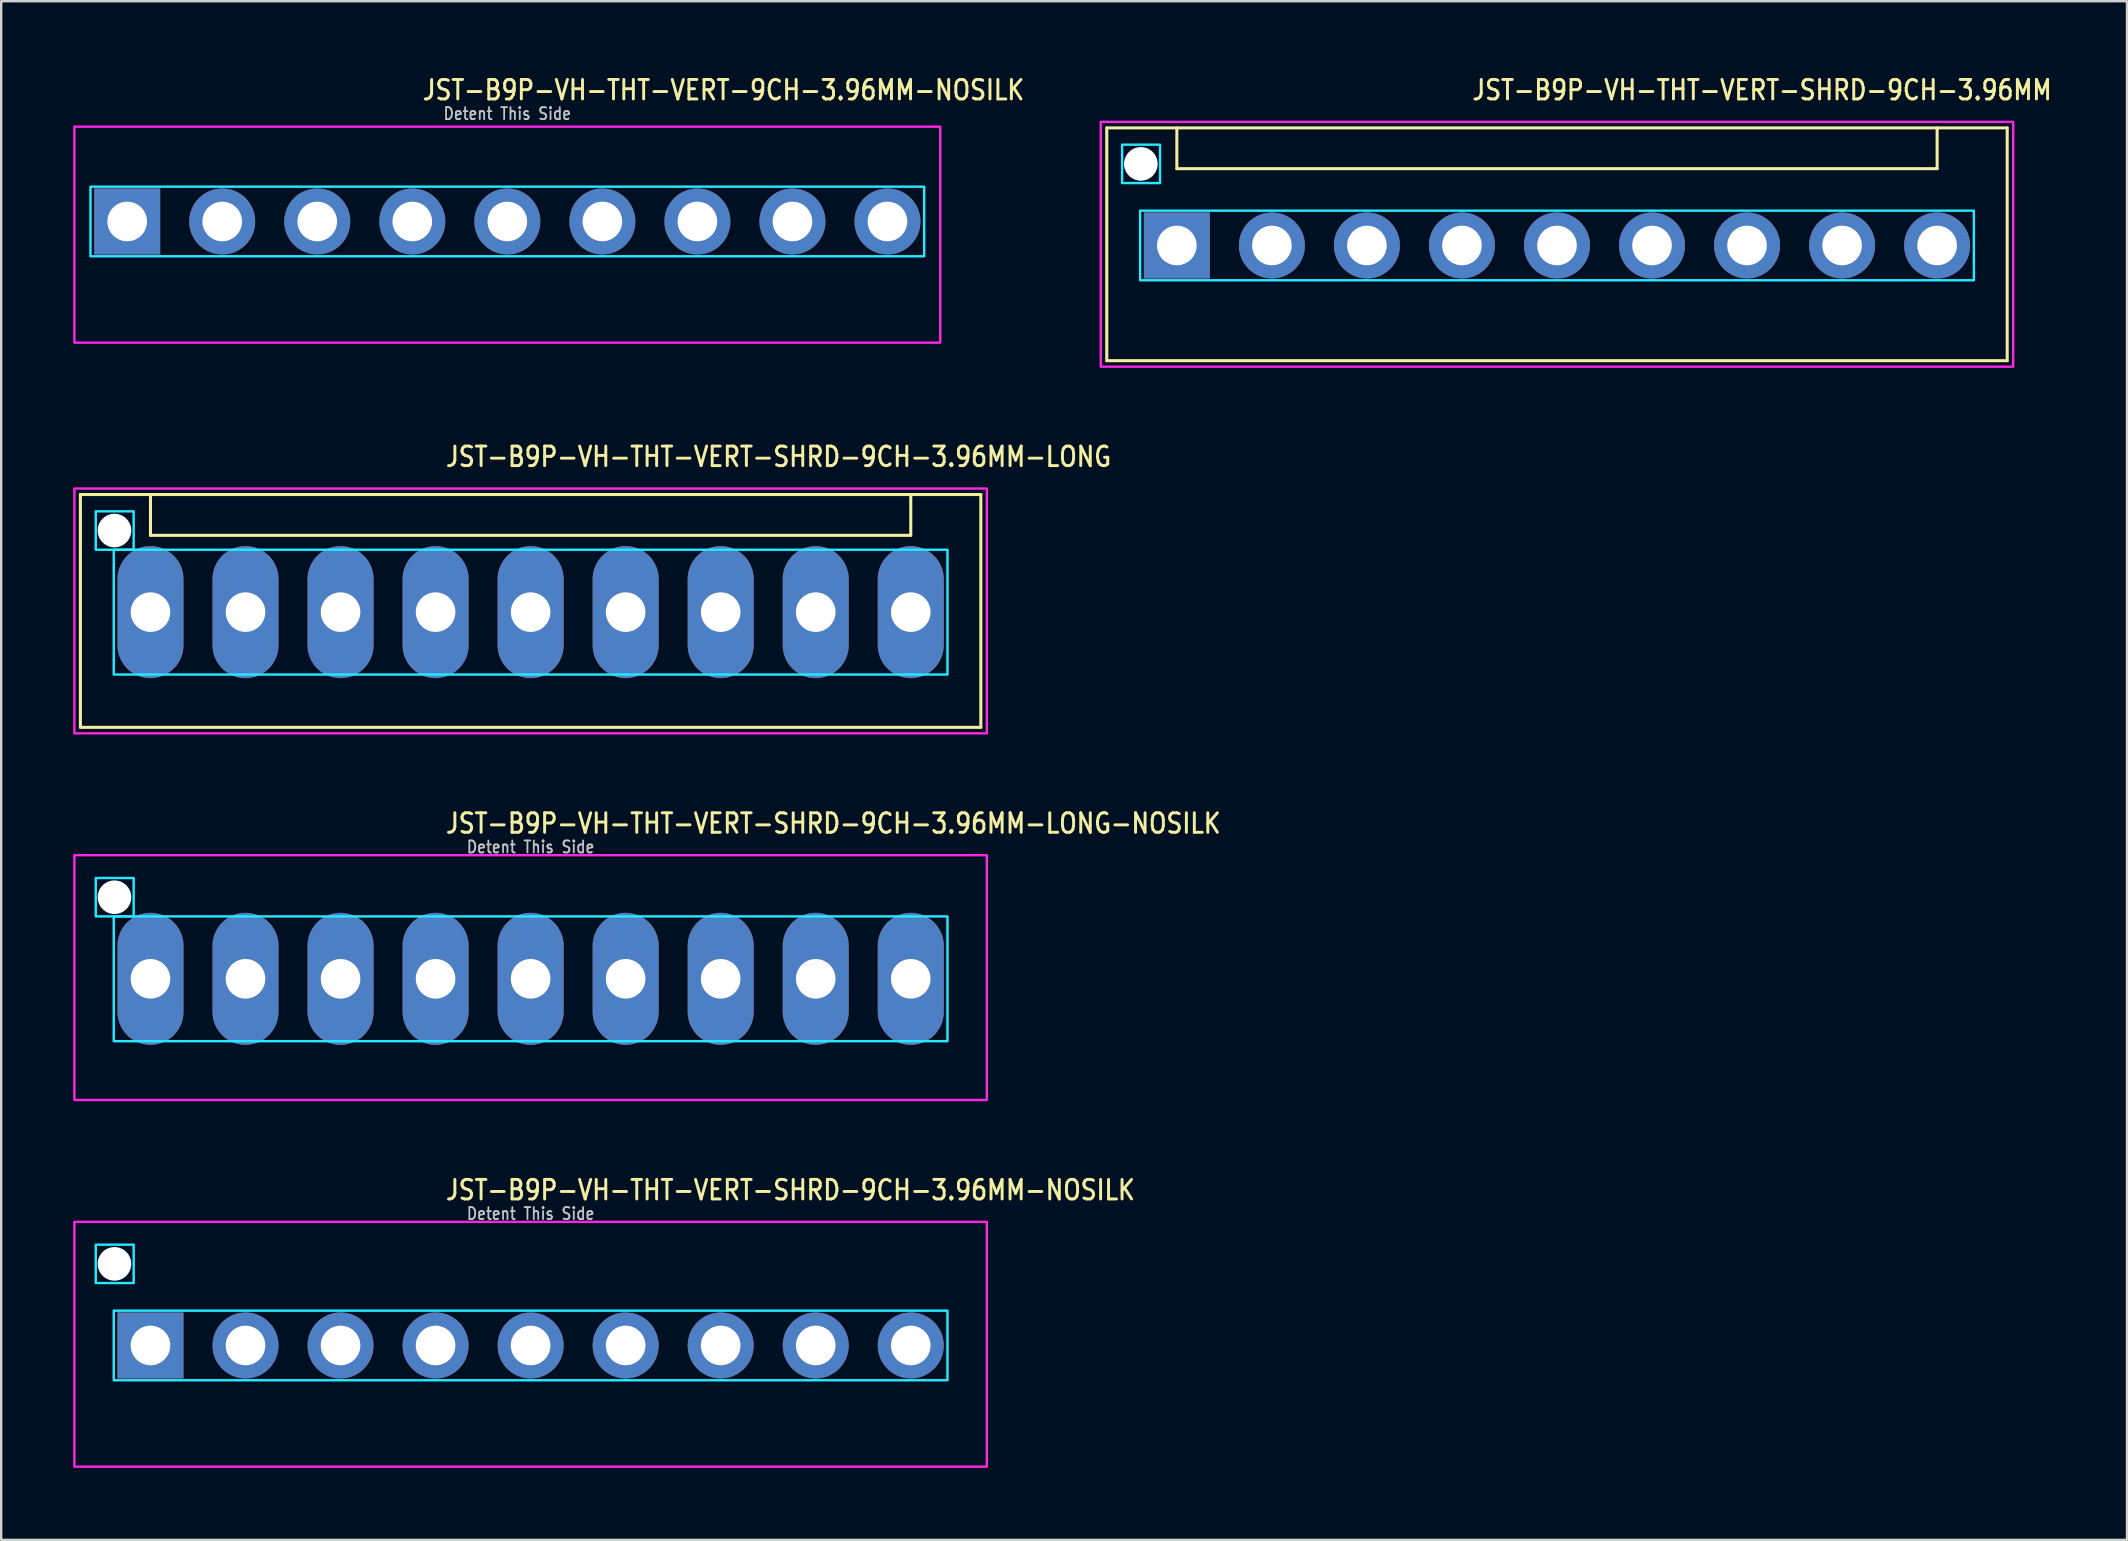
<source format=kicad_pcb>
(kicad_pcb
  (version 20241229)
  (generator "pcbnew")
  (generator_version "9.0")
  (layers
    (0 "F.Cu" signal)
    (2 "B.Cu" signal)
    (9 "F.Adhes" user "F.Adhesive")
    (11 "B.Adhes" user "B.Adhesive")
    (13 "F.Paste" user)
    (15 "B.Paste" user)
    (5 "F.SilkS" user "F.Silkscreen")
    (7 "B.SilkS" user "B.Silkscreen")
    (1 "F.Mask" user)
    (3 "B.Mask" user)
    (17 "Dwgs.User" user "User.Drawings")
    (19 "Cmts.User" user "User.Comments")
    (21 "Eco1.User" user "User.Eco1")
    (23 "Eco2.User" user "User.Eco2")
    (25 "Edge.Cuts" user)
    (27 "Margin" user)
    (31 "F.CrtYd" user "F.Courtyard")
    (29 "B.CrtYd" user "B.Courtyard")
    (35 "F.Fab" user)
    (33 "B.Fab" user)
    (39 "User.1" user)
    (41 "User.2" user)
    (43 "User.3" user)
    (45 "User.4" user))
  (footprint "JST-B9P-VH-THT-VERT-SHRD-9CH-3.96MM-LONG"
    (layer "F.Cu")
    (at 19.06 22.457)
    (property "Reference" "JST-B9P-VH-THT-VERT-SHRD-9CH-3.96MM-LONG" (at -3.6 -6 0) (unlocked yes) (layer "F.SilkS") (effects (font (size 0.813 0.695) (thickness 0.122)) (justify left bottom)))
    (fp_line (start -18.76 -4.9) (end 18.76 -4.9) (stroke (width 0.127) (type solid)) (layer "F.SilkS"))
    (fp_line (start -18.76 4.8) (end -18.76 -4.9) (stroke (width 0.127) (type solid)) (layer "F.SilkS"))
    (fp_line (start -18.76 4.8) (end 18.76 4.8) (stroke (width 0.127) (type solid)) (layer "F.SilkS"))
    (fp_line (start -15.84 -4.9) (end -15.84 -3.2) (stroke (width 0.127) (type solid)) (layer "F.SilkS"))
    (fp_line (start -15.84 -3.2) (end 15.84 -3.2) (stroke (width 0.127) (type solid)) (layer "F.SilkS"))
    (fp_line (start 15.84 -4.9) (end 15.84 -3.2) (stroke (width 0.127) (type solid)) (layer "F.SilkS"))
    (fp_line (start 18.76 -4.9) (end 18.76 4.8) (stroke (width 0.127) (type solid)) (layer "F.SilkS"))
    (fp_poly (pts (xy -17.37 -2.6) (xy -17.37 2.6) (xy 17.37 2.6) (xy 17.37 -2.6)) (stroke (width 0.1) (type solid)) (fill no) (layer "B.CrtYd"))
    (fp_poly (pts (xy -16.54 -4.2) (xy -16.54 -2.6) (xy -18.12 -2.6) (xy -18.12 -4.2)) (stroke (width 0.1) (type solid)) (fill no) (layer "B.CrtYd"))
    (fp_poly (pts (xy -19.01 -5.15) (xy -19.01 5.05) (xy 19.01 5.05) (xy 19.01 -5.15)) (stroke (width 0.1) (type solid)) (fill no) (layer "F.CrtYd"))
    (pad "" np_thru_hole circle (at -17.34 -3.4) (size 1.4 1.4) (drill 1.4) (layers "*.Cu" "*.Mask"))
    (pad "1" thru_hole oval (at -15.84 0 90) (size 5.5 2.75) (drill 1.65) (layers "*.Cu" "*.Mask"))
    (pad "2" thru_hole oval (at -11.88 0 90) (size 5.5 2.75) (drill 1.65) (layers "*.Cu" "*.Mask"))
    (pad "3" thru_hole oval (at -7.92 0 90) (size 5.5 2.75) (drill 1.65) (layers "*.Cu" "*.Mask"))
    (pad "4" thru_hole oval (at -3.96 0 90) (size 5.5 2.75) (drill 1.65) (layers "*.Cu" "*.Mask"))
    (pad "5" thru_hole oval (at 0 0 90) (size 5.5 2.75) (drill 1.65) (layers "*.Cu" "*.Mask"))
    (pad "6" thru_hole oval (at 3.96 0 90) (size 5.5 2.75) (drill 1.65) (layers "*.Cu" "*.Mask"))
    (pad "7" thru_hole oval (at 7.92 0 90) (size 5.5 2.75) (drill 1.65) (layers "*.Cu" "*.Mask"))
    (pad "8" thru_hole oval (at 11.88 0 90) (size 5.5 2.75) (drill 1.65) (layers "*.Cu" "*.Mask"))
    (pad "9" thru_hole oval (at 15.84 0 90) (size 5.5 2.75) (drill 1.65) (layers "*.Cu" "*.Mask")))
  (footprint "JST-B9P-VH-THT-VERT-SHRD-9CH-3.96MM-LONG-NOSILK"
    (layer "F.Cu")
    (at 19.06 37.736)
    (property "Reference" "JST-B9P-VH-THT-VERT-SHRD-9CH-3.96MM-LONG-NOSILK" (at -3.6 -6 0) (unlocked yes) (layer "F.SilkS") (effects (font (size 0.813 0.695) (thickness 0.122)) (justify left bottom)))
    (fp_poly (pts (xy -17.37 -2.6) (xy -17.37 2.6) (xy 17.37 2.6) (xy 17.37 -2.6)) (stroke (width 0.1) (type solid)) (fill no) (layer "B.CrtYd"))
    (fp_poly (pts (xy -16.54 -4.2) (xy -16.54 -2.6) (xy -18.12 -2.6) (xy -18.12 -4.2)) (stroke (width 0.1) (type solid)) (fill no) (layer "B.CrtYd"))
    (fp_poly (pts (xy -19.01 -5.15) (xy -19.01 5.05) (xy 19.01 5.05) (xy 19.01 -5.15)) (stroke (width 0.1) (type solid)) (fill no) (layer "F.CrtYd"))
    (fp_text user "Detent This Side" (at 0 -5.2 0) (unlocked yes) (layer "Dwgs.User") (effects (font (size 0.5 0.427) (thickness 0.075)) (justify bottom)))
    (pad "" np_thru_hole circle (at -17.34 -3.4) (size 1.4 1.4) (drill 1.4) (layers "*.Cu" "*.Mask"))
    (pad "1" thru_hole oval (at -15.84 0 90) (size 5.5 2.75) (drill 1.65) (layers "*.Cu" "*.Mask"))
    (pad "2" thru_hole oval (at -11.88 0 90) (size 5.5 2.75) (drill 1.65) (layers "*.Cu" "*.Mask"))
    (pad "3" thru_hole oval (at -7.92 0 90) (size 5.5 2.75) (drill 1.65) (layers "*.Cu" "*.Mask"))
    (pad "4" thru_hole oval (at -3.96 0 90) (size 5.5 2.75) (drill 1.65) (layers "*.Cu" "*.Mask"))
    (pad "5" thru_hole oval (at 0 0 90) (size 5.5 2.75) (drill 1.65) (layers "*.Cu" "*.Mask"))
    (pad "6" thru_hole oval (at 3.96 0 90) (size 5.5 2.75) (drill 1.65) (layers "*.Cu" "*.Mask"))
    (pad "7" thru_hole oval (at 7.92 0 90) (size 5.5 2.75) (drill 1.65) (layers "*.Cu" "*.Mask"))
    (pad "8" thru_hole oval (at 11.88 0 90) (size 5.5 2.75) (drill 1.65) (layers "*.Cu" "*.Mask"))
    (pad "9" thru_hole oval (at 15.84 0 90) (size 5.5 2.75) (drill 1.65) (layers "*.Cu" "*.Mask")))
  (footprint "JST-B9P-VH-THT-VERT-SHRD-9CH-3.96MM-NOSILK"
    (layer "F.Cu")
    (at 19.06 53.014)
    (property "Reference" "JST-B9P-VH-THT-VERT-SHRD-9CH-3.96MM-NOSILK" (at -3.6 -6 0) (unlocked yes) (layer "F.SilkS") (effects (font (size 0.813 0.695) (thickness 0.122)) (justify left bottom)))
    (fp_poly (pts (xy -17.37 -1.45) (xy -17.37 1.45) (xy 17.37 1.45) (xy 17.37 -1.45)) (stroke (width 0.1) (type solid)) (fill no) (layer "B.CrtYd"))
    (fp_poly (pts (xy -16.54 -4.2) (xy -16.54 -2.6) (xy -18.12 -2.6) (xy -18.12 -4.2)) (stroke (width 0.1) (type solid)) (fill no) (layer "B.CrtYd"))
    (fp_poly (pts (xy -19.01 -5.15) (xy -19.01 5.05) (xy 19.01 5.05) (xy 19.01 -5.15)) (stroke (width 0.1) (type solid)) (fill no) (layer "F.CrtYd"))
    (fp_text user "Detent This Side" (at 0 -5.2 0) (unlocked yes) (layer "Dwgs.User") (effects (font (size 0.5 0.427) (thickness 0.075)) (justify bottom)))
    (pad "" np_thru_hole circle (at -17.34 -3.4) (size 1.4 1.4) (drill 1.4) (layers "*.Cu" "*.Mask"))
    (pad "1" thru_hole rect (at -15.84 0) (size 2.75 2.75) (drill 1.65) (layers "*.Cu" "*.Mask"))
    (pad "2" thru_hole oval (at -11.88 0) (size 2.75 2.75) (drill 1.65) (layers "*.Cu" "*.Mask"))
    (pad "3" thru_hole oval (at -7.92 0) (size 2.75 2.75) (drill 1.65) (layers "*.Cu" "*.Mask"))
    (pad "4" thru_hole oval (at -3.96 0) (size 2.75 2.75) (drill 1.65) (layers "*.Cu" "*.Mask"))
    (pad "5" thru_hole oval (at 0 0) (size 2.75 2.75) (drill 1.65) (layers "*.Cu" "*.Mask"))
    (pad "6" thru_hole oval (at 3.96 0) (size 2.75 2.75) (drill 1.65) (layers "*.Cu" "*.Mask"))
    (pad "7" thru_hole oval (at 7.92 0) (size 2.75 2.75) (drill 1.65) (layers "*.Cu" "*.Mask"))
    (pad "8" thru_hole oval (at 11.88 0) (size 2.75 2.75) (drill 1.65) (layers "*.Cu" "*.Mask"))
    (pad "9" thru_hole oval (at 15.84 0) (size 2.75 2.75) (drill 1.65) (layers "*.Cu" "*.Mask")))
  (footprint "JST-B9P-VH-THT-VERT-9CH-3.96MM-NOSILK"
    (layer "F.Cu")
    (at 18.09 6.179)
    (property "Reference" "JST-B9P-VH-THT-VERT-9CH-3.96MM-NOSILK" (at -3.6 -5 0) (unlocked yes) (layer "F.SilkS") (effects (font (size 0.813 0.695) (thickness 0.122)) (justify left bottom)))
    (fp_poly (pts (xy -17.37 -1.45) (xy -17.37 1.45) (xy 17.37 1.45) (xy 17.37 -1.45)) (stroke (width 0.1) (type solid)) (fill no) (layer "B.CrtYd"))
    (fp_poly (pts (xy -18.04 -3.95) (xy -18.04 5.05) (xy 18.04 5.05) (xy 18.04 -3.95)) (stroke (width 0.1) (type solid)) (fill no) (layer "F.CrtYd"))
    (fp_text user "Detent This Side" (at 0 -4.2 0) (unlocked yes) (layer "Dwgs.User") (effects (font (size 0.5 0.427) (thickness 0.075)) (justify bottom)))
    (pad "1" thru_hole rect (at -15.84 0) (size 2.75 2.75) (drill 1.65) (layers "*.Cu" "*.Mask"))
    (pad "2" thru_hole oval (at -11.88 0) (size 2.75 2.75) (drill 1.65) (layers "*.Cu" "*.Mask"))
    (pad "3" thru_hole oval (at -7.92 0) (size 2.75 2.75) (drill 1.65) (layers "*.Cu" "*.Mask"))
    (pad "4" thru_hole oval (at -3.96 0) (size 2.75 2.75) (drill 1.65) (layers "*.Cu" "*.Mask"))
    (pad "5" thru_hole oval (at 0 0) (size 2.75 2.75) (drill 1.65) (layers "*.Cu" "*.Mask"))
    (pad "6" thru_hole oval (at 3.96 0) (size 2.75 2.75) (drill 1.65) (layers "*.Cu" "*.Mask"))
    (pad "7" thru_hole oval (at 7.92 0) (size 2.75 2.75) (drill 1.65) (layers "*.Cu" "*.Mask"))
    (pad "8" thru_hole oval (at 11.88 0) (size 2.75 2.75) (drill 1.65) (layers "*.Cu" "*.Mask"))
    (pad "9" thru_hole oval (at 15.84 0) (size 2.75 2.75) (drill 1.65) (layers "*.Cu" "*.Mask")))
  (footprint "JST-B9P-VH-THT-VERT-SHRD-9CH-3.96MM"
    (layer "F.Cu")
    (at 61.828 7.179)
    (property "Reference" "JST-B9P-VH-THT-VERT-SHRD-9CH-3.96MM" (at -3.6 -6 0) (unlocked yes) (layer "F.SilkS") (effects (font (size 0.813 0.695) (thickness 0.122)) (justify left bottom)))
    (fp_line (start -18.76 -4.9) (end 18.76 -4.9) (stroke (width 0.127) (type solid)) (layer "F.SilkS"))
    (fp_line (start -18.76 4.8) (end -18.76 -4.9) (stroke (width 0.127) (type solid)) (layer "F.SilkS"))
    (fp_line (start -18.76 4.8) (end 18.76 4.8) (stroke (width 0.127) (type solid)) (layer "F.SilkS"))
    (fp_line (start -15.84 -4.9) (end -15.84 -3.2) (stroke (width 0.127) (type solid)) (layer "F.SilkS"))
    (fp_line (start -15.84 -3.2) (end 15.84 -3.2) (stroke (width 0.127) (type solid)) (layer "F.SilkS"))
    (fp_line (start 15.84 -4.9) (end 15.84 -3.2) (stroke (width 0.127) (type solid)) (layer "F.SilkS"))
    (fp_line (start 18.76 -4.9) (end 18.76 4.8) (stroke (width 0.127) (type solid)) (layer "F.SilkS"))
    (fp_poly (pts (xy -17.37 -1.45) (xy -17.37 1.45) (xy 17.37 1.45) (xy 17.37 -1.45)) (stroke (width 0.1) (type solid)) (fill no) (layer "B.CrtYd"))
    (fp_poly (pts (xy -16.54 -4.2) (xy -16.54 -2.6) (xy -18.12 -2.6) (xy -18.12 -4.2)) (stroke (width 0.1) (type solid)) (fill no) (layer "B.CrtYd"))
    (fp_poly (pts (xy -19.01 -5.15) (xy -19.01 5.05) (xy 19.01 5.05) (xy 19.01 -5.15)) (stroke (width 0.1) (type solid)) (fill no) (layer "F.CrtYd"))
    (pad "" np_thru_hole circle (at -17.34 -3.4) (size 1.4 1.4) (drill 1.4) (layers "*.Cu" "*.Mask"))
    (pad "1" thru_hole rect (at -15.84 0) (size 2.75 2.75) (drill 1.65) (layers "*.Cu" "*.Mask"))
    (pad "2" thru_hole oval (at -11.88 0) (size 2.75 2.75) (drill 1.65) (layers "*.Cu" "*.Mask"))
    (pad "3" thru_hole oval (at -7.92 0) (size 2.75 2.75) (drill 1.65) (layers "*.Cu" "*.Mask"))
    (pad "4" thru_hole oval (at -3.96 0) (size 2.75 2.75) (drill 1.65) (layers "*.Cu" "*.Mask"))
    (pad "5" thru_hole oval (at 0 0) (size 2.75 2.75) (drill 1.65) (layers "*.Cu" "*.Mask"))
    (pad "6" thru_hole oval (at 3.96 0) (size 2.75 2.75) (drill 1.65) (layers "*.Cu" "*.Mask"))
    (pad "7" thru_hole oval (at 7.92 0) (size 2.75 2.75) (drill 1.65) (layers "*.Cu" "*.Mask"))
    (pad "8" thru_hole oval (at 11.88 0) (size 2.75 2.75) (drill 1.65) (layers "*.Cu" "*.Mask"))
    (pad "9" thru_hole oval (at 15.84 0) (size 2.75 2.75) (drill 1.65) (layers "*.Cu" "*.Mask")))
  (gr_rect
    (start -3 -3)
    (end 85.579 61.114)
    (stroke (width 0.1) (type default))
    (fill no)
    (layer "Edge.Cuts")))
</source>
